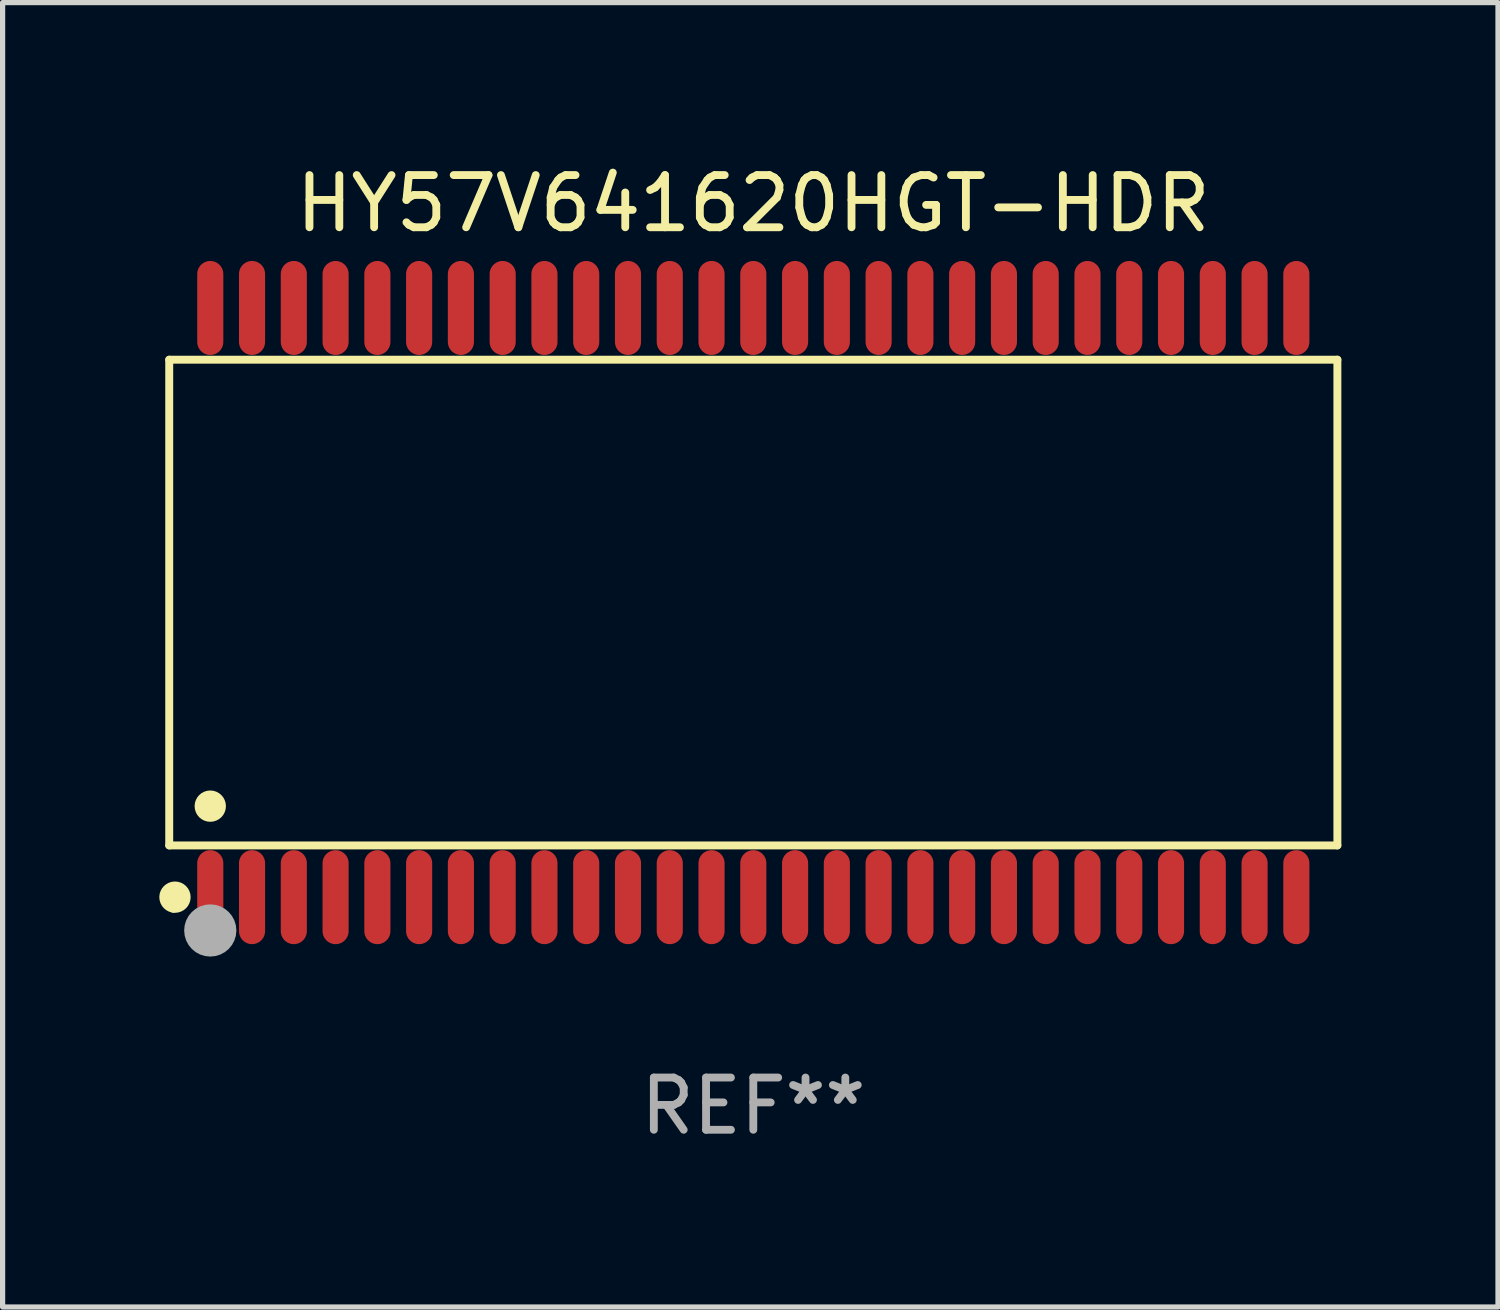
<source format=kicad_pcb>
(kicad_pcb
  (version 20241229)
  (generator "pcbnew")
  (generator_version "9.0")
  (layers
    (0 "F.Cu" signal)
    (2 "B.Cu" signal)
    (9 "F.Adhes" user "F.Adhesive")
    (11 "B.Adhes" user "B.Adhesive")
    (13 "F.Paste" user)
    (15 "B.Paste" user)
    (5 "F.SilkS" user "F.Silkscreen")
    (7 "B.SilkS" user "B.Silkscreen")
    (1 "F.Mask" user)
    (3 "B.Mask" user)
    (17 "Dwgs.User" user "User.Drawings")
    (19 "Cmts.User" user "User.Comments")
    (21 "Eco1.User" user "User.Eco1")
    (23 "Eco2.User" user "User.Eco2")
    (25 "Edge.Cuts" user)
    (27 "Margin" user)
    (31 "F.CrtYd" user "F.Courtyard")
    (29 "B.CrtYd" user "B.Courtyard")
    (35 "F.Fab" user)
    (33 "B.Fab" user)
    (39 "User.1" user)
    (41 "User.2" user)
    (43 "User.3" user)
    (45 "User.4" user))
  (footprint "HY57V641620HGT-HDR"
    (layer "F.Cu")
    (at 11.377 8.49)
    (property "Reference" "HY57V641620HGT-HDR" (at 0 -7.642 0) (layer "F.SilkS") (effects (font (size 1 1) (thickness 0.15))))
    (attr through_hole)
    (fp_line (start -11.186 -4.651) (end 11.186 -4.651) (stroke (width 0.152) (type solid)) (layer "F.SilkS"))
    (fp_line (start -11.186 4.651) (end -11.186 -4.651) (stroke (width 0.152) (type solid)) (layer "F.SilkS"))
    (fp_line (start 11.186 -4.651) (end 11.186 4.651) (stroke (width 0.152) (type solid)) (layer "F.SilkS"))
    (fp_line (start 11.186 4.651) (end -11.186 4.651) (stroke (width 0.152) (type solid)) (layer "F.SilkS"))
    (fp_circle (center -11.11 5.88) (end -11.08 5.88) (stroke (width 0.06) (type solid)) (fill no) (layer "F.SilkS"))
    (fp_circle (center -11.076 5.642) (end -10.926 5.642) (stroke (width 0.3) (type solid)) (fill no) (layer "F.SilkS"))
    (fp_circle (center -10.4 3.899) (end -10.25 3.899) (stroke (width 0.3) (type solid)) (fill no) (layer "F.SilkS"))
    (fp_circle (center -10.4 6.28) (end -10.15 6.28) (stroke (width 0.5) (type solid)) (fill no) (layer "F.Fab"))
    (fp_text user "REF**" (at 0 9.642 0) (layer "F.Fab") (effects (font (size 1 1) (thickness 0.15))))
    (pad "1" smd oval (at -10.4 5.642) (size 0.5 1.8) (layers "F.Cu" "F.Mask" "F.Paste"))
    (pad "2" smd oval (at -9.6 5.642) (size 0.5 1.8) (layers "F.Cu" "F.Mask" "F.Paste"))
    (pad "3" smd oval (at -8.8 5.642) (size 0.5 1.8) (layers "F.Cu" "F.Mask" "F.Paste"))
    (pad "4" smd oval (at -8 5.642) (size 0.5 1.8) (layers "F.Cu" "F.Mask" "F.Paste"))
    (pad "5" smd oval (at -7.2 5.642) (size 0.5 1.8) (layers "F.Cu" "F.Mask" "F.Paste"))
    (pad "6" smd oval (at -6.4 5.642) (size 0.5 1.8) (layers "F.Cu" "F.Mask" "F.Paste"))
    (pad "7" smd oval (at -5.6 5.642) (size 0.5 1.8) (layers "F.Cu" "F.Mask" "F.Paste"))
    (pad "8" smd oval (at -4.8 5.642) (size 0.5 1.8) (layers "F.Cu" "F.Mask" "F.Paste"))
    (pad "9" smd oval (at -4 5.642) (size 0.5 1.8) (layers "F.Cu" "F.Mask" "F.Paste"))
    (pad "10" smd oval (at -3.2 5.642) (size 0.5 1.8) (layers "F.Cu" "F.Mask" "F.Paste"))
    (pad "11" smd oval (at -2.4 5.642) (size 0.5 1.8) (layers "F.Cu" "F.Mask" "F.Paste"))
    (pad "12" smd oval (at -1.6 5.642) (size 0.5 1.8) (layers "F.Cu" "F.Mask" "F.Paste"))
    (pad "13" smd oval (at -0.8 5.642) (size 0.5 1.8) (layers "F.Cu" "F.Mask" "F.Paste"))
    (pad "14" smd oval (at 0 5.642) (size 0.5 1.8) (layers "F.Cu" "F.Mask" "F.Paste"))
    (pad "15" smd oval (at 0.8 5.642) (size 0.5 1.8) (layers "F.Cu" "F.Mask" "F.Paste"))
    (pad "16" smd oval (at 1.6 5.642) (size 0.5 1.8) (layers "F.Cu" "F.Mask" "F.Paste"))
    (pad "17" smd oval (at 2.4 5.642) (size 0.5 1.8) (layers "F.Cu" "F.Mask" "F.Paste"))
    (pad "18" smd oval (at 3.2 5.642) (size 0.5 1.8) (layers "F.Cu" "F.Mask" "F.Paste"))
    (pad "19" smd oval (at 4 5.642) (size 0.5 1.8) (layers "F.Cu" "F.Mask" "F.Paste"))
    (pad "20" smd oval (at 4.8 5.642) (size 0.5 1.8) (layers "F.Cu" "F.Mask" "F.Paste"))
    (pad "21" smd oval (at 5.6 5.642) (size 0.5 1.8) (layers "F.Cu" "F.Mask" "F.Paste"))
    (pad "22" smd oval (at 6.4 5.642) (size 0.5 1.8) (layers "F.Cu" "F.Mask" "F.Paste"))
    (pad "23" smd oval (at 7.2 5.642) (size 0.5 1.8) (layers "F.Cu" "F.Mask" "F.Paste"))
    (pad "24" smd oval (at 8 5.642) (size 0.5 1.8) (layers "F.Cu" "F.Mask" "F.Paste"))
    (pad "25" smd oval (at 8.8 5.642) (size 0.5 1.8) (layers "F.Cu" "F.Mask" "F.Paste"))
    (pad "26" smd oval (at 9.6 5.642) (size 0.5 1.8) (layers "F.Cu" "F.Mask" "F.Paste"))
    (pad "27" smd oval (at 10.4 5.642) (size 0.5 1.8) (layers "F.Cu" "F.Mask" "F.Paste"))
    (pad "28" smd oval (at 10.4 -5.642) (size 0.5 1.8) (layers "F.Cu" "F.Mask" "F.Paste"))
    (pad "29" smd oval (at 9.6 -5.642) (size 0.5 1.8) (layers "F.Cu" "F.Mask" "F.Paste"))
    (pad "30" smd oval (at 8.8 -5.642) (size 0.5 1.8) (layers "F.Cu" "F.Mask" "F.Paste"))
    (pad "31" smd oval (at 8 -5.642) (size 0.5 1.8) (layers "F.Cu" "F.Mask" "F.Paste"))
    (pad "32" smd oval (at 7.2 -5.642) (size 0.5 1.8) (layers "F.Cu" "F.Mask" "F.Paste"))
    (pad "33" smd oval (at 6.4 -5.642) (size 0.5 1.8) (layers "F.Cu" "F.Mask" "F.Paste"))
    (pad "34" smd oval (at 5.6 -5.642) (size 0.5 1.8) (layers "F.Cu" "F.Mask" "F.Paste"))
    (pad "35" smd oval (at 4.8 -5.642) (size 0.5 1.8) (layers "F.Cu" "F.Mask" "F.Paste"))
    (pad "36" smd oval (at 4 -5.642) (size 0.5 1.8) (layers "F.Cu" "F.Mask" "F.Paste"))
    (pad "37" smd oval (at 3.2 -5.642) (size 0.5 1.8) (layers "F.Cu" "F.Mask" "F.Paste"))
    (pad "38" smd oval (at 2.4 -5.642) (size 0.5 1.8) (layers "F.Cu" "F.Mask" "F.Paste"))
    (pad "39" smd oval (at 1.6 -5.642) (size 0.5 1.8) (layers "F.Cu" "F.Mask" "F.Paste"))
    (pad "40" smd oval (at 0.8 -5.642) (size 0.5 1.8) (layers "F.Cu" "F.Mask" "F.Paste"))
    (pad "41" smd oval (at 0 -5.642) (size 0.5 1.8) (layers "F.Cu" "F.Mask" "F.Paste"))
    (pad "42" smd oval (at -0.8 -5.642) (size 0.5 1.8) (layers "F.Cu" "F.Mask" "F.Paste"))
    (pad "43" smd oval (at -1.6 -5.642) (size 0.5 1.8) (layers "F.Cu" "F.Mask" "F.Paste"))
    (pad "44" smd oval (at -2.4 -5.642) (size 0.5 1.8) (layers "F.Cu" "F.Mask" "F.Paste"))
    (pad "45" smd oval (at -3.2 -5.642) (size 0.5 1.8) (layers "F.Cu" "F.Mask" "F.Paste"))
    (pad "46" smd oval (at -4 -5.642) (size 0.5 1.8) (layers "F.Cu" "F.Mask" "F.Paste"))
    (pad "47" smd oval (at -4.8 -5.642) (size 0.5 1.8) (layers "F.Cu" "F.Mask" "F.Paste"))
    (pad "48" smd oval (at -5.6 -5.642) (size 0.5 1.8) (layers "F.Cu" "F.Mask" "F.Paste"))
    (pad "49" smd oval (at -6.4 -5.642) (size 0.5 1.8) (layers "F.Cu" "F.Mask" "F.Paste"))
    (pad "50" smd oval (at -7.2 -5.642) (size 0.5 1.8) (layers "F.Cu" "F.Mask" "F.Paste"))
    (pad "51" smd oval (at -8 -5.642) (size 0.5 1.8) (layers "F.Cu" "F.Mask" "F.Paste"))
    (pad "52" smd oval (at -8.8 -5.642) (size 0.5 1.8) (layers "F.Cu" "F.Mask" "F.Paste"))
    (pad "53" smd oval (at -9.6 -5.642) (size 0.5 1.8) (layers "F.Cu" "F.Mask" "F.Paste"))
    (pad "54" smd oval (at -10.4 -5.642) (size 0.5 1.8) (layers "F.Cu" "F.Mask" "F.Paste")))
  (gr_rect
    (start -3 -3)
    (end 25.639 21.981)
    (stroke (width 0.1) (type default))
    (fill no)
    (layer "Edge.Cuts")))
</source>
